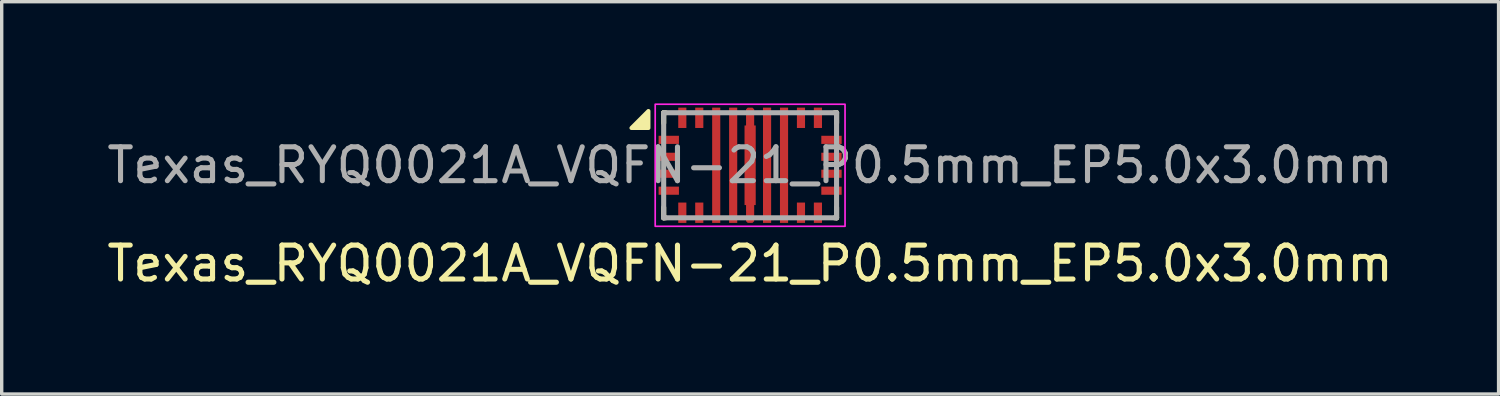
<source format=kicad_pcb>
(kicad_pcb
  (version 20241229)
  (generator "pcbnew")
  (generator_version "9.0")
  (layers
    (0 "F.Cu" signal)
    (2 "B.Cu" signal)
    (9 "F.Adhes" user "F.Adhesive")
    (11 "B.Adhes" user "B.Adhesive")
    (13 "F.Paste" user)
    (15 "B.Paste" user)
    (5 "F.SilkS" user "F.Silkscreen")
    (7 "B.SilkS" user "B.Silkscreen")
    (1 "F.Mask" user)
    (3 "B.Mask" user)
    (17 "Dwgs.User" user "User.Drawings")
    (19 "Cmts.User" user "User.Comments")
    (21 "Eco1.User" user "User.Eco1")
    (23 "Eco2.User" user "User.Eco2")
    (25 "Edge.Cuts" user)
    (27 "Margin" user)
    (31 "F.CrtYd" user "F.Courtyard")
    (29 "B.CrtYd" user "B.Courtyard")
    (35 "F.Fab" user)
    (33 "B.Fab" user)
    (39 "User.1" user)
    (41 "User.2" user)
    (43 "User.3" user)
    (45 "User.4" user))
  (footprint "Texas_RYQ0021A_VQFN-21_P0.5mm_EP5.0x3.0mm"
    (layer "F.Cu")
    (at 19.077 1.825)
    (property "Reference" "Texas_RYQ0021A_VQFN-21_P0.5mm_EP5.0x3.0mm" (at 0 2.9 0) (unlocked yes) (layer "F.SilkS") (effects (font (size 1 1) (thickness 0.15))))
    (attr smd)
    (fp_poly (pts (xy -0.165 1.175) (xy -0.165 -1.175) (xy -0.12 -1.175) (xy -0.12 -1.65) (xy -0.07 -1.7) (xy 0.07 -1.7) (xy 0.12 -1.65) (xy 0.12 -1.175) (xy 0.165 -1.175) (xy 0.165 1.175) (xy 0.12 1.175) (xy 0.12 1.65) (xy 0.07 1.7) (xy -0.07 1.7) (xy -0.12 1.65) (xy -0.12 1.175)) (stroke (width 0) (type solid)) (fill yes) (layer "F.Cu"))
    (fp_poly (pts (xy -0.165 1.175) (xy -0.165 -1.175) (xy -0.12 -1.175) (xy -0.12 -1.65) (xy -0.07 -1.7) (xy 0.07 -1.7) (xy 0.12 -1.65) (xy 0.12 -1.175) (xy 0.165 -1.175) (xy 0.165 1.175) (xy 0.12 1.175) (xy 0.12 1.65) (xy 0.07 1.7) (xy -0.07 1.7) (xy -0.12 1.65) (xy -0.12 1.175)) (stroke (width 0) (type solid)) (fill yes) (layer "F.Mask"))
    (fp_line (start -2.55 -1.55) (end -2.495 -1.55) (stroke (width 0.15) (type solid)) (layer "F.SilkS"))
    (fp_line (start -2.55 -1.245) (end -2.55 -1.55) (stroke (width 0.15) (type solid)) (layer "F.SilkS"))
    (fp_line (start -2.55 1.55) (end -2.55 1.245) (stroke (width 0.15) (type solid)) (layer "F.SilkS"))
    (fp_line (start -2.55 1.55) (end -2.495 1.55) (stroke (width 0.15) (type solid)) (layer "F.SilkS"))
    (fp_line (start 2.495 -1.55) (end 2.55 -1.55) (stroke (width 0.15) (type solid)) (layer "F.SilkS"))
    (fp_line (start 2.495 1.55) (end 2.55 1.55) (stroke (width 0.15) (type solid)) (layer "F.SilkS"))
    (fp_line (start 2.55 -1.245) (end 2.55 -1.55) (stroke (width 0.15) (type solid)) (layer "F.SilkS"))
    (fp_line (start 2.55 1.55) (end 2.55 1.245) (stroke (width 0.15) (type solid)) (layer "F.SilkS"))
    (fp_poly (pts (xy -3 -1.1) (xy -3.5 -1.1) (xy -3 -1.6) (xy -3 -1.1)) (stroke (width 0.12) (type solid)) (fill yes) (layer "F.SilkS"))
    (fp_poly (pts (xy -1.07 -0.5) (xy -0.93 -0.5) (xy -0.88 -0.45) (xy -0.88 0.45) (xy -0.93 0.5) (xy -1.07 0.5) (xy -1.12 0.45) (xy -1.12 -0.45)) (stroke (width 0) (type solid)) (fill yes) (layer "F.Paste"))
    (fp_poly (pts (xy -0.88 -0.75) (xy -0.93 -0.7) (xy -1.07 -0.7) (xy -1.12 -0.75) (xy -1.12 -1.65) (xy -1.07 -1.7) (xy -0.93 -1.7) (xy -0.88 -1.65)) (stroke (width 0) (type solid)) (fill yes) (layer "F.Paste"))
    (fp_poly (pts (xy -0.88 0.75) (xy -0.88 1.65) (xy -0.93 1.7) (xy -1.07 1.7) (xy -1.12 1.65) (xy -1.12 0.75) (xy -1.07 0.7) (xy -0.93 0.7)) (stroke (width 0) (type solid)) (fill yes) (layer "F.Paste"))
    (fp_poly (pts (xy -0.62 -0.75) (xy -0.62 -1.65) (xy -0.57 -1.7) (xy -0.43 -1.7) (xy -0.38 -1.65) (xy -0.38 -0.75) (xy -0.43 -0.7) (xy -0.57 -0.7)) (stroke (width 0) (type solid)) (fill yes) (layer "F.Paste"))
    (fp_poly (pts (xy -0.62 0.75) (xy -0.57 0.7) (xy -0.43 0.7) (xy -0.38 0.75) (xy -0.38 1.65) (xy -0.43 1.7) (xy -0.57 1.7) (xy -0.62 1.65)) (stroke (width 0) (type solid)) (fill yes) (layer "F.Paste"))
    (fp_poly (pts (xy -0.43 -0.5) (xy -0.38 -0.45) (xy -0.38 0.45) (xy -0.43 0.5) (xy -0.57 0.5) (xy -0.62 0.45) (xy -0.62 -0.45) (xy -0.57 -0.5)) (stroke (width 0) (type solid)) (fill yes) (layer "F.Paste"))
    (fp_poly (pts (xy -0.07 -1.7) (xy 0.07 -1.7) (xy 0.12 -1.65) (xy 0.12 -0.75) (xy 0.07 -0.7) (xy -0.07 -0.7) (xy -0.12 -0.75) (xy -0.12 -1.65)) (stroke (width 0) (type solid)) (fill yes) (layer "F.Paste"))
    (fp_poly (pts (xy 0.07 0.7) (xy 0.12 0.75) (xy 0.12 1.65) (xy 0.07 1.7) (xy -0.07 1.7) (xy -0.12 1.65) (xy -0.12 0.75) (xy -0.07 0.7)) (stroke (width 0) (type solid)) (fill yes) (layer "F.Paste"))
    (fp_poly (pts (xy 0.165 -0.45) (xy 0.165 0.45) (xy 0.115 0.5) (xy -0.115 0.5) (xy -0.165 0.45) (xy -0.165 -0.45) (xy -0.115 -0.5) (xy 0.115 -0.5)) (stroke (width 0) (type solid)) (fill yes) (layer "F.Paste"))
    (fp_poly (pts (xy 0.43 1.7) (xy 0.38 1.65) (xy 0.38 0.75) (xy 0.43 0.7) (xy 0.57 0.7) (xy 0.62 0.75) (xy 0.62 1.65) (xy 0.57 1.7)) (stroke (width 0) (type solid)) (fill yes) (layer "F.Paste"))
    (fp_poly (pts (xy 0.57 -1.7) (xy 0.62 -1.65) (xy 0.62 -0.75) (xy 0.57 -0.7) (xy 0.43 -0.7) (xy 0.38 -0.75) (xy 0.38 -1.65) (xy 0.43 -1.7)) (stroke (width 0) (type solid)) (fill yes) (layer "F.Paste"))
    (fp_poly (pts (xy 0.57 -0.5) (xy 0.62 -0.45) (xy 0.62 0.45) (xy 0.57 0.5) (xy 0.43 0.5) (xy 0.38 0.45) (xy 0.38 -0.45) (xy 0.43 -0.5)) (stroke (width 0) (type solid)) (fill yes) (layer "F.Paste"))
    (fp_poly (pts (xy 0.88 -0.45) (xy 0.93 -0.5) (xy 1.07 -0.5) (xy 1.12 -0.45) (xy 1.12 0.45) (xy 1.07 0.5) (xy 0.93 0.5) (xy 0.88 0.45)) (stroke (width 0) (type solid)) (fill yes) (layer "F.Paste"))
    (fp_poly (pts (xy 0.93 -1.7) (xy 1.07 -1.7) (xy 1.12 -1.65) (xy 1.12 -0.75) (xy 1.07 -0.7) (xy 0.93 -0.7) (xy 0.88 -0.75) (xy 0.88 -1.65)) (stroke (width 0) (type solid)) (fill yes) (layer "F.Paste"))
    (fp_poly (pts (xy 1.07 1.7) (xy 0.93 1.7) (xy 0.88 1.65) (xy 0.88 0.75) (xy 0.93 0.7) (xy 1.07 0.7) (xy 1.12 0.75) (xy 1.12 1.65)) (stroke (width 0) (type solid)) (fill yes) (layer "F.Paste"))
    (fp_rect (start -2.8 -1.8) (end 2.8 1.8) (stroke (width 0.05) (type default)) (fill no) (layer "F.CrtYd"))
    (fp_line (start -2.55 -1.55) (end 2.55 -1.55) (stroke (width 0.15) (type solid)) (layer "F.Fab"))
    (fp_line (start -2.55 1.55) (end -2.55 -1.55) (stroke (width 0.15) (type solid)) (layer "F.Fab"))
    (fp_line (start -2.55 1.55) (end 2.55 1.55) (stroke (width 0.15) (type solid)) (layer "F.Fab"))
    (fp_line (start 2.55 1.55) (end 2.55 -1.55) (stroke (width 0.15) (type solid)) (layer "F.Fab"))
    (fp_text user "${REFERENCE}" (at 0 0 0) (unlocked yes) (layer "F.Fab") (effects (font (size 1 1) (thickness 0.15))))
    (pad "1" smd rect (at -2.4 -0.75 90) (size 0.24 0.6) (layers "F.Cu" "F.Mask" "F.Paste"))
    (pad "2" smd rect (at -2.4 -0.25 90) (size 0.24 0.6) (layers "F.Cu" "F.Mask" "F.Paste"))
    (pad "3" smd rect (at -2.4 0.25 90) (size 0.24 0.6) (layers "F.Cu" "F.Mask" "F.Paste"))
    (pad "4" smd rect (at -2.4 0.75 90) (size 0.24 0.6) (layers "F.Cu" "F.Mask" "F.Paste"))
    (pad "5" smd rect (at -2 1.4) (size 0.24 0.6) (layers "F.Cu" "F.Mask" "F.Paste"))
    (pad "6" smd rect (at -1.5 1.4) (size 0.24 0.6) (layers "F.Cu" "F.Mask" "F.Paste"))
    (pad "7" smd rect (at -1 0) (size 0.24 3.4) (layers "F.Cu" "F.Mask"))
    (pad "8" smd rect (at -0.5 0) (size 0.24 3.4) (layers "F.Cu" "F.Mask"))
    (pad "9" smd circle (at 0 0) (size 0.297 0.297) (layers "F.Cu" "F.Mask"))
    (pad "10" smd rect (at 0.5 0) (size 0.24 3.4) (layers "F.Cu" "F.Mask"))
    (pad "11" smd rect (at 1 0) (size 0.24 3.4) (layers "F.Cu" "F.Mask"))
    (pad "12" smd rect (at 1.5 1.4) (size 0.24 0.6) (layers "F.Cu" "F.Mask" "F.Paste"))
    (pad "13" smd rect (at 2 1.4) (size 0.24 0.6) (layers "F.Cu" "F.Mask" "F.Paste"))
    (pad "14" smd rect (at 2.4 0.75 90) (size 0.24 0.6) (layers "F.Cu" "F.Mask" "F.Paste"))
    (pad "15" smd rect (at 2.4 0.25 90) (size 0.24 0.6) (layers "F.Cu" "F.Mask" "F.Paste"))
    (pad "16" smd rect (at 2.4 -0.25 90) (size 0.24 0.6) (layers "F.Cu" "F.Mask" "F.Paste"))
    (pad "17" smd rect (at 2.4 -0.75 90) (size 0.24 0.6) (layers "F.Cu" "F.Mask" "F.Paste"))
    (pad "18" smd rect (at 2 -1.4) (size 0.24 0.6) (layers "F.Cu" "F.Mask" "F.Paste"))
    (pad "19" smd rect (at 1.5 -1.4) (size 0.24 0.6) (layers "F.Cu" "F.Mask" "F.Paste"))
    (pad "20" smd rect (at -1.5 -1.4) (size 0.24 0.6) (layers "F.Cu" "F.Mask" "F.Paste"))
    (pad "21" smd rect (at -2 -1.4) (size 0.24 0.6) (layers "F.Cu" "F.Mask" "F.Paste")))
  (gr_rect
    (start -3 -3)
    (end 41.155 8.573)
    (stroke (width 0.1) (type default))
    (fill no)
    (layer "Edge.Cuts")))
</source>
